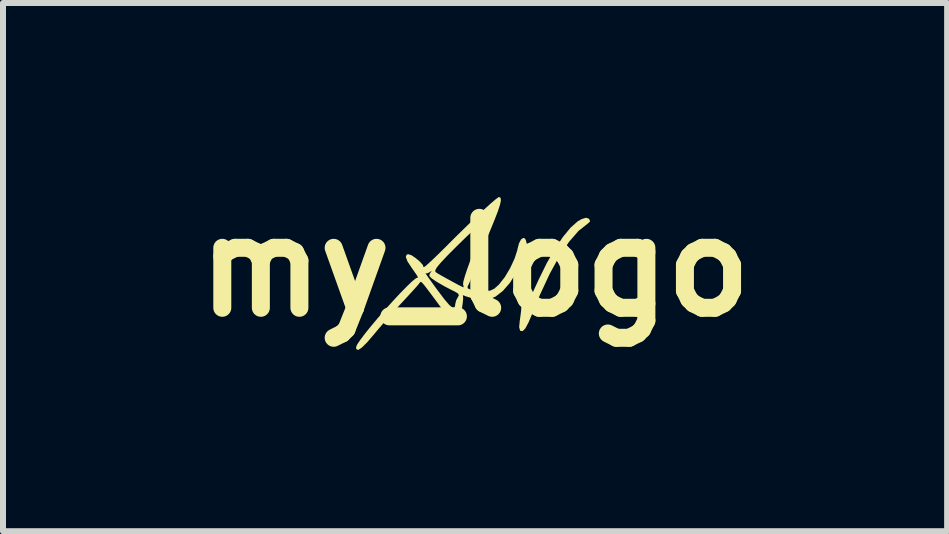
<source format=kicad_pcb>
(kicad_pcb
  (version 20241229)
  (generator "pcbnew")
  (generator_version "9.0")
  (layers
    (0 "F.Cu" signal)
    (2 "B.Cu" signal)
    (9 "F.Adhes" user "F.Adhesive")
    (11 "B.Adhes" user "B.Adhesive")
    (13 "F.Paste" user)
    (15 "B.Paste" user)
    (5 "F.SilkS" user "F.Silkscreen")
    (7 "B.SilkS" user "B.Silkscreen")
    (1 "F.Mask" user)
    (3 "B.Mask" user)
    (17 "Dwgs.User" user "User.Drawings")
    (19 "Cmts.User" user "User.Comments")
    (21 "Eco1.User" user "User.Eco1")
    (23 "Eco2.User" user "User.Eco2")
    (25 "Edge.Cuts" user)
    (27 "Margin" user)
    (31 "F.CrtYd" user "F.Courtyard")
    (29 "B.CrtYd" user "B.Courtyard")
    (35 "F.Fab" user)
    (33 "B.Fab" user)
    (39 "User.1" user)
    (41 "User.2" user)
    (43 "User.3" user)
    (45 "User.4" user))
  (footprint "my_logo"
    (layer "F.Cu")
    (at 4.871 1.404)
    (property "Reference" "my_logo" (at 0 0 0) (layer "F.SilkS") (effects (font (size 1.5 1.5) (thickness 0.3))))
    (attr board_only exclude_from_pos_files exclude_from_bom)
    (fp_poly (pts (xy 0.425 -1.156) (xy 0.432 -1.116) (xy 0.417 -1.042) (xy 0.38 -0.928) (xy 0.318 -0.769) (xy 0.254 -0.613) (xy 0.18 -0.435) (xy 0.108 -0.258) (xy 0.044 -0.099) (xy -0.005 0.029) (xy -0.023 0.077) (xy -0.064 0.186) (xy -0.1 0.275) (xy -0.124 0.324) (xy -0.125 0.327) (xy -0.12 0.355) (xy -0.063 0.379) (xy 0.036 0.394) (xy 0.166 0.4) (xy 0.252 0.392) (xy 0.32 0.361) (xy 0.395 0.294) (xy 0.404 0.284) (xy 0.497 0.166) (xy 0.586 0.016) (xy 0.659 -0.141) (xy 0.705 -0.283) (xy 0.711 -0.313) (xy 0.734 -0.399) (xy 0.766 -0.46) (xy 0.773 -0.466) (xy 0.802 -0.485) (xy 0.827 -0.482) (xy 0.847 -0.451) (xy 0.864 -0.385) (xy 0.879 -0.279) (xy 0.894 -0.126) (xy 0.91 0.079) (xy 0.919 0.2) (xy 0.938 0.476) (xy 1.065 0.2) (xy 1.198 -0.07) (xy 1.333 -0.307) (xy 1.468 -0.506) (xy 1.596 -0.661) (xy 1.715 -0.766) (xy 1.78 -0.802) (xy 1.85 -0.823) (xy 1.893 -0.81) (xy 1.903 -0.801) (xy 1.92 -0.764) (xy 1.884 -0.729) (xy 1.881 -0.727) (xy 1.726 -0.604) (xy 1.567 -0.421) (xy 1.406 -0.181) (xy 1.243 0.116) (xy 1.08 0.467) (xy 0.957 0.769) (xy 0.892 0.923) (xy 0.839 1.022) (xy 0.795 1.067) (xy 0.758 1.063) (xy 0.751 1.058) (xy 0.736 1.001) (xy 0.746 0.892) (xy 0.749 0.875) (xy 0.768 0.733) (xy 0.78 0.556) (xy 0.785 0.336) (xy 0.783 0.138) (xy 0.78 -0.077) (xy 0.689 0.092) (xy 0.582 0.262) (xy 0.463 0.398) (xy 0.343 0.491) (xy 0.268 0.523) (xy 0.175 0.534) (xy 0.055 0.53) (xy -0.065 0.513) (xy -0.161 0.485) (xy -0.187 0.472) (xy -0.206 0.471) (xy -0.201 0.483) (xy -0.198 0.525) (xy -0.206 0.607) (xy -0.222 0.71) (xy -0.242 0.813) (xy -0.263 0.897) (xy -0.281 0.943) (xy -0.282 0.945) (xy -0.309 0.954) (xy -0.349 0.932) (xy -0.406 0.876) (xy -0.487 0.779) (xy -0.595 0.637) (xy -0.614 0.611) (xy -0.722 0.465) (xy -0.799 0.363) (xy -0.851 0.296) (xy -0.884 0.259) (xy -0.903 0.246) (xy -0.915 0.25) (xy -0.925 0.265) (xy -0.926 0.266) (xy -0.954 0.301) (xy -1.015 0.37) (xy -1.1 0.463) (xy -1.2 0.571) (xy -1.203 0.574) (xy -1.333 0.715) (xy -1.475 0.875) (xy -1.609 1.03) (xy -1.68 1.115) (xy -1.799 1.254) (xy -1.888 1.342) (xy -1.947 1.381) (xy -1.978 1.37) (xy -1.984 1.336) (xy -1.965 1.29) (xy -1.911 1.21) (xy -1.83 1.103) (xy -1.729 0.978) (xy -1.613 0.84) (xy -1.489 0.698) (xy -1.364 0.56) (xy -1.245 0.432) (xy -1.137 0.322) (xy -1.049 0.237) (xy -0.985 0.186) (xy -0.954 0.174) (xy -0.955 0.162) (xy -0.986 0.111) (xy -0.995 0.1) (xy -0.827 0.1) (xy -0.819 0.114) (xy -0.781 0.169) (xy -0.719 0.256) (xy -0.638 0.368) (xy -0.619 0.393) (xy -0.511 0.536) (xy -0.431 0.63) (xy -0.376 0.676) (xy -0.344 0.678) (xy -0.331 0.638) (xy -0.331 0.619) (xy -0.313 0.551) (xy -0.289 0.507) (xy -0.27 0.471) (xy -0.281 0.443) (xy -0.333 0.41) (xy -0.388 0.383) (xy -0.504 0.323) (xy -0.624 0.254) (xy -0.658 0.233) (xy -0.732 0.181) (xy -0.762 0.146) (xy -0.757 0.114) (xy -0.746 0.098) (xy -0.722 0.063) (xy -0.738 0.071) (xy -0.754 0.084) (xy -0.804 0.106) (xy -0.827 0.1) (xy -0.995 0.1) (xy -1.028 0.052) (xy -0.663 0.052) (xy -0.66 0.08) (xy -0.655 0.084) (xy -0.619 0.108) (xy -0.546 0.15) (xy -0.454 0.201) (xy -0.357 0.254) (xy -0.271 0.3) (xy -0.21 0.33) (xy -0.191 0.338) (xy -0.193 0.313) (xy -0.2 0.283) (xy -0.194 0.238) (xy -0.168 0.146) (xy -0.125 0.017) (xy -0.069 -0.137) (xy -0.006 -0.301) (xy 0.202 -0.829) (xy -0.027 -0.617) (xy -0.157 -0.493) (xy -0.303 -0.35) (xy -0.439 -0.214) (xy -0.475 -0.177) (xy -0.576 -0.069) (xy -0.637 0.005) (xy -0.663 0.052) (xy -1.028 0.052) (xy -1.042 0.033) (xy -1.05 0.021) (xy -1.126 -0.094) (xy -1.155 -0.171) (xy -1.138 -0.21) (xy -1.111 -0.215) (xy -1.058 -0.197) (xy -0.99 -0.151) (xy -0.922 -0.094) (xy -0.872 -0.038) (xy -0.858 0.000276) (xy -0.842 -0.005) (xy -0.79 -0.048) (xy -0.709 -0.123) (xy -0.604 -0.224) (xy -0.488 -0.339) (xy -0.309 -0.518) (xy -0.138 -0.685) (xy 0.018 -0.835) (xy 0.155 -0.964) (xy 0.266 -1.065) (xy 0.348 -1.134) (xy 0.393 -1.167) (xy 0.399 -1.169)) (stroke (width 0) (type solid)) (fill yes) (layer "F.SilkS")))
  (gr_rect
    (start -3 -3)
    (end 12.743 5.808)
    (stroke (width 0.1) (type default))
    (fill no)
    (layer "Edge.Cuts")))
</source>
